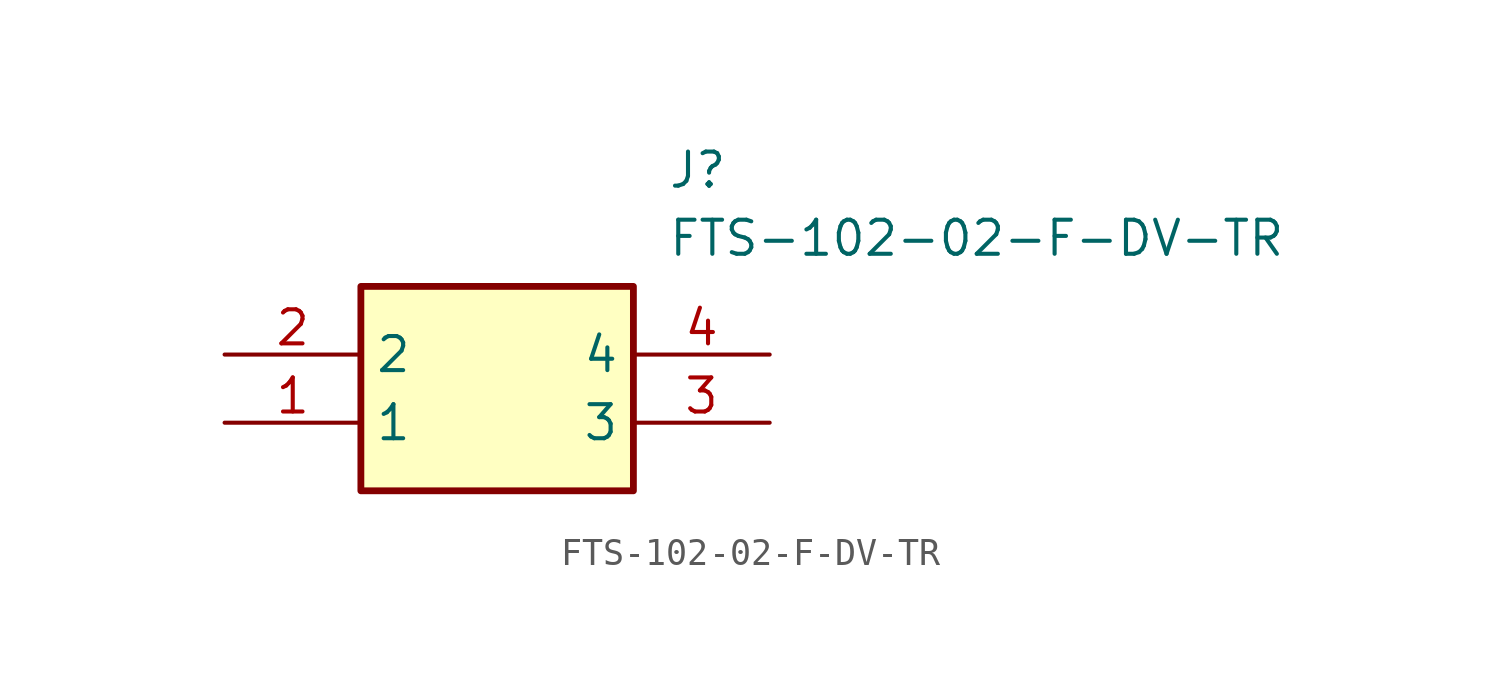
<source format=kicad_sym>
(kicad_symbol_lib
  (version 20220914)
  (generator kicad_symbol_editor)
  (symbol "FTS-102-02-F-DV-TR"
    (property "Reference" "J"
      (at 16.51 7.62 0)
      (effects (font (size 1.27 1.27)) (justify left top)))
    (property "Value" "FTS-102-02-F-DV-TR"
      (at 16.51 5.08 0)
      (effects (font (size 1.27 1.27)) (justify left top)))
    (symbol "FTS-102-02-F-DV-TR_1_1"
      (rectangle (start 5.08 2.54) (end 15.24 -5.08) (stroke (width 0.254) (type default)) (fill (type background)))
      (pin passive line (at 0 -2.54 0) (length 5.08) (name "1" (effects (font (size 1.27 1.27)))) (number "1" (effects (font (size 1.27 1.27)))))
      (pin passive line (at 0 0 0) (length 5.08) (name "2" (effects (font (size 1.27 1.27)))) (number "2" (effects (font (size 1.27 1.27)))))
      (pin passive line (at 20.32 -2.54 180) (length 5.08) (name "3" (effects (font (size 1.27 1.27)))) (number "3" (effects (font (size 1.27 1.27)))))
      (pin passive line (at 20.32 0 180) (length 5.08) (name "4" (effects (font (size 1.27 1.27)))) (number "4" (effects (font (size 1.27 1.27))))))))
</source>
